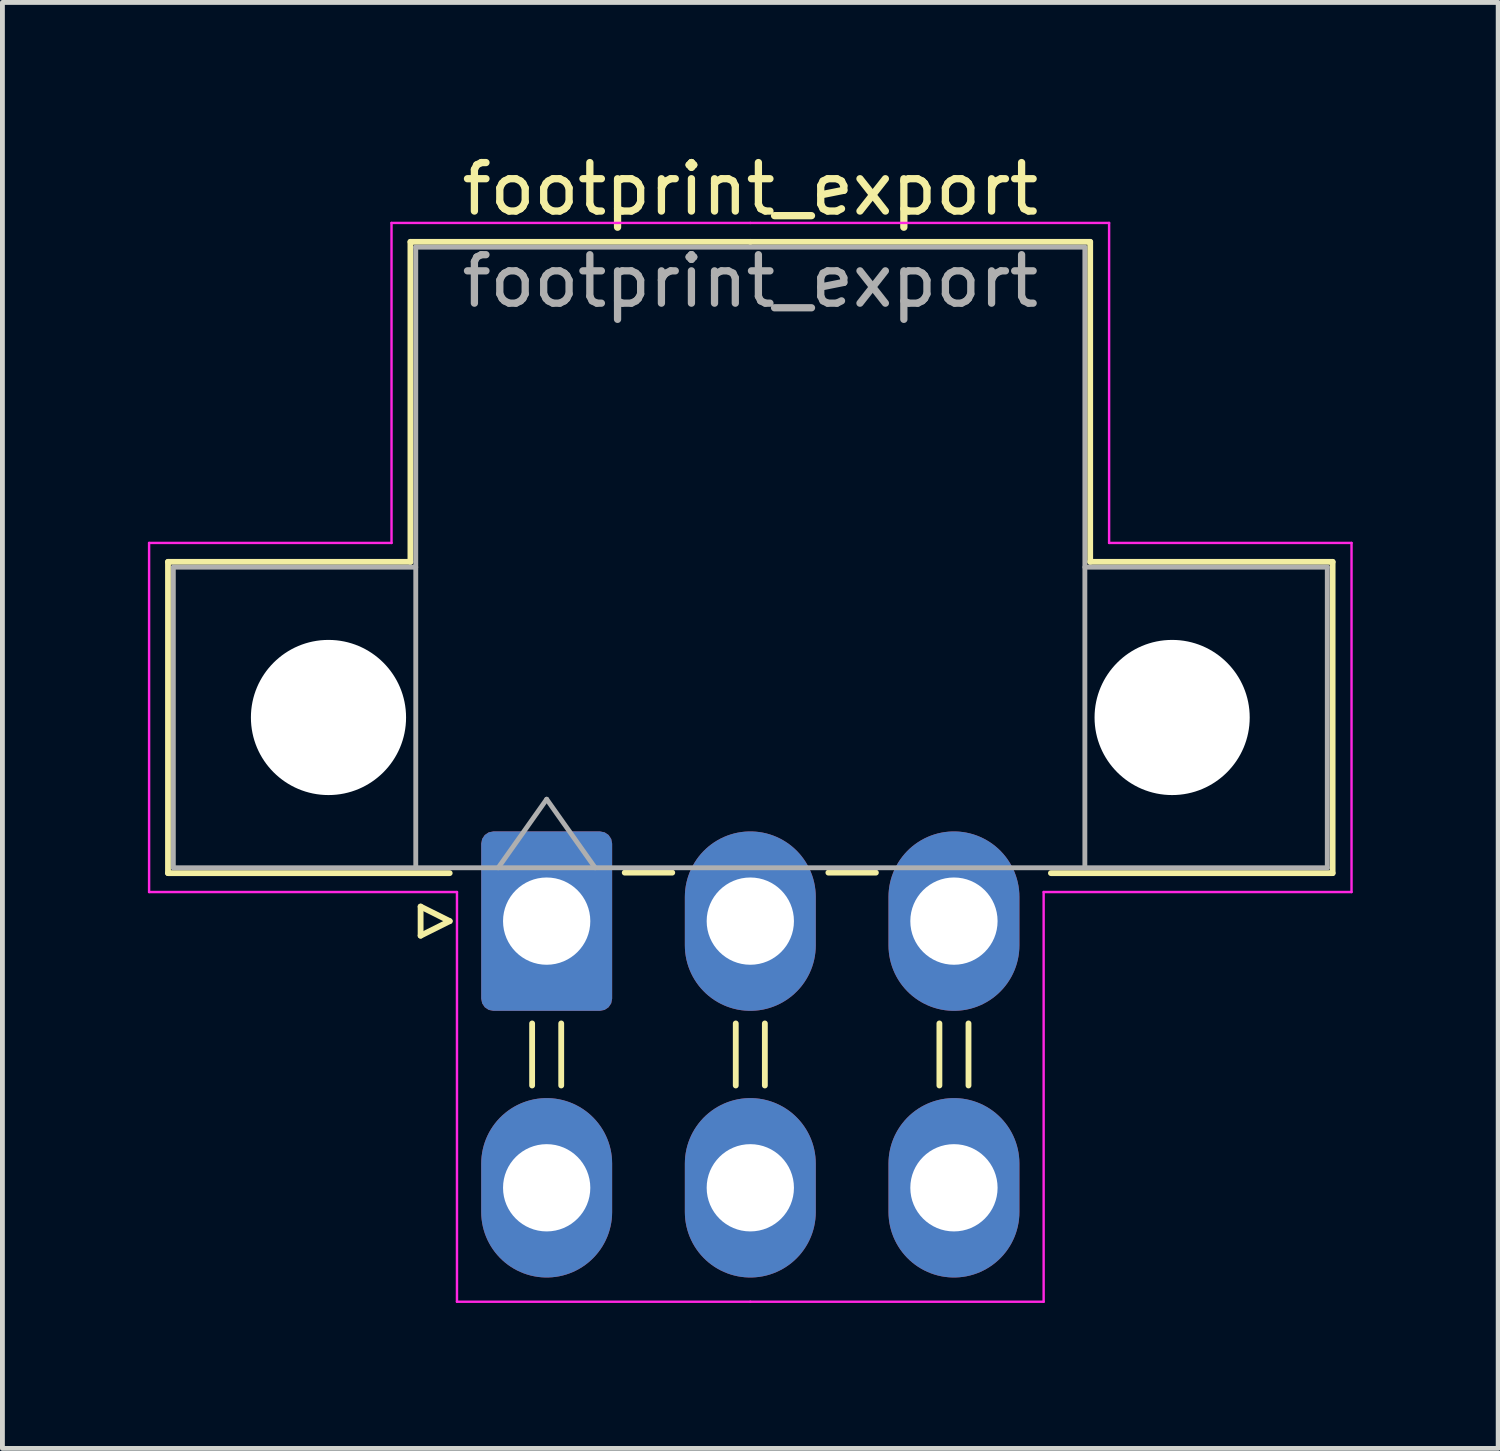
<source format=kicad_pcb>
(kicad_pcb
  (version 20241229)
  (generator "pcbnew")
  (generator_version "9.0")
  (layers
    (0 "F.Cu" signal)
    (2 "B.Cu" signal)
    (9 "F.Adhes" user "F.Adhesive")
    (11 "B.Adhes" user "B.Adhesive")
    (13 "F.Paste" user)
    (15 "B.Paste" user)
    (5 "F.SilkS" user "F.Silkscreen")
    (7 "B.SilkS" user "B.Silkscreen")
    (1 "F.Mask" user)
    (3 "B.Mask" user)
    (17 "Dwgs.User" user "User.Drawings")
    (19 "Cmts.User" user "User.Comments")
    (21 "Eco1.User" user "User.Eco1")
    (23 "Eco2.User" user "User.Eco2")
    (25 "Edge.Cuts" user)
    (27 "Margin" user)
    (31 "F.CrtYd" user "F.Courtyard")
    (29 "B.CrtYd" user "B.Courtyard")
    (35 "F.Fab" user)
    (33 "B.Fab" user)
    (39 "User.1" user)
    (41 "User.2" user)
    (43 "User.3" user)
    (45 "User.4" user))
  (footprint "footprint_export"
    (layer "F.Cu")
    (at 8.225 15.948)
    (property "Reference" "footprint_export" (at 4.2 -15.1 0) (layer "F.SilkS") (effects (font (size 1 1) (thickness 0.15))))
    (attr through_hole)
    (fp_line (start -7.81 -7.41) (end -7.81 -0.99) (stroke (width 0.12) (type solid)) (layer "F.SilkS"))
    (fp_line (start -7.81 -0.99) (end -2 -0.99) (stroke (width 0.12) (type solid)) (layer "F.SilkS"))
    (fp_line (start -2.81 -14.01) (end -2.81 -7.41) (stroke (width 0.12) (type solid)) (layer "F.SilkS"))
    (fp_line (start -2.81 -7.41) (end -7.81 -7.41) (stroke (width 0.12) (type solid)) (layer "F.SilkS"))
    (fp_line (start -2.6 -0.3) (end -2 0) (stroke (width 0.12) (type solid)) (layer "F.SilkS"))
    (fp_line (start -2.6 0.3) (end -2.6 -0.3) (stroke (width 0.12) (type solid)) (layer "F.SilkS"))
    (fp_line (start -2 0) (end -2.6 0.3) (stroke (width 0.12) (type solid)) (layer "F.SilkS"))
    (fp_line (start -0.3 2.11) (end -0.3 3.39) (stroke (width 0.12) (type solid)) (layer "F.SilkS"))
    (fp_line (start 0.3 2.11) (end 0.3 3.39) (stroke (width 0.12) (type solid)) (layer "F.SilkS"))
    (fp_line (start 1.61 -1) (end 2.59 -1) (stroke (width 0.12) (type solid)) (layer "F.SilkS"))
    (fp_line (start 3.9 2.11) (end 3.9 3.39) (stroke (width 0.12) (type solid)) (layer "F.SilkS"))
    (fp_line (start 4.2 -14.01) (end -2.81 -14.01) (stroke (width 0.12) (type solid)) (layer "F.SilkS"))
    (fp_line (start 4.2 -14.01) (end 11.21 -14.01) (stroke (width 0.12) (type solid)) (layer "F.SilkS"))
    (fp_line (start 4.5 2.11) (end 4.5 3.39) (stroke (width 0.12) (type solid)) (layer "F.SilkS"))
    (fp_line (start 5.81 -1) (end 6.79 -1) (stroke (width 0.12) (type solid)) (layer "F.SilkS"))
    (fp_line (start 8.1 2.11) (end 8.1 3.39) (stroke (width 0.12) (type solid)) (layer "F.SilkS"))
    (fp_line (start 8.7 2.11) (end 8.7 3.39) (stroke (width 0.12) (type solid)) (layer "F.SilkS"))
    (fp_line (start 11.21 -14.01) (end 11.21 -7.41) (stroke (width 0.12) (type solid)) (layer "F.SilkS"))
    (fp_line (start 11.21 -7.41) (end 16.21 -7.41) (stroke (width 0.12) (type solid)) (layer "F.SilkS"))
    (fp_line (start 16.21 -7.41) (end 16.21 -0.99) (stroke (width 0.12) (type solid)) (layer "F.SilkS"))
    (fp_line (start 16.21 -0.99) (end 10.4 -0.99) (stroke (width 0.12) (type solid)) (layer "F.SilkS"))
    (fp_line (start -8.2 -7.8) (end -8.2 -0.6) (stroke (width 0.05) (type solid)) (layer "F.CrtYd"))
    (fp_line (start -8.2 -0.6) (end -1.85 -0.6) (stroke (width 0.05) (type solid)) (layer "F.CrtYd"))
    (fp_line (start -3.2 -14.4) (end -3.2 -7.8) (stroke (width 0.05) (type solid)) (layer "F.CrtYd"))
    (fp_line (start -3.2 -7.8) (end -8.2 -7.8) (stroke (width 0.05) (type solid)) (layer "F.CrtYd"))
    (fp_line (start -1.85 -0.6) (end -1.85 7.85) (stroke (width 0.05) (type solid)) (layer "F.CrtYd"))
    (fp_line (start -1.85 7.85) (end 4.2 7.85) (stroke (width 0.05) (type solid)) (layer "F.CrtYd"))
    (fp_line (start 4.2 -14.4) (end -3.2 -14.4) (stroke (width 0.05) (type solid)) (layer "F.CrtYd"))
    (fp_line (start 4.2 -14.4) (end 11.6 -14.4) (stroke (width 0.05) (type solid)) (layer "F.CrtYd"))
    (fp_line (start 10.25 -0.6) (end 10.25 7.85) (stroke (width 0.05) (type solid)) (layer "F.CrtYd"))
    (fp_line (start 10.25 7.85) (end 4.2 7.85) (stroke (width 0.05) (type solid)) (layer "F.CrtYd"))
    (fp_line (start 11.6 -14.4) (end 11.6 -7.8) (stroke (width 0.05) (type solid)) (layer "F.CrtYd"))
    (fp_line (start 11.6 -7.8) (end 16.6 -7.8) (stroke (width 0.05) (type solid)) (layer "F.CrtYd"))
    (fp_line (start 16.6 -7.8) (end 16.6 -0.6) (stroke (width 0.05) (type solid)) (layer "F.CrtYd"))
    (fp_line (start 16.6 -0.6) (end 10.25 -0.6) (stroke (width 0.05) (type solid)) (layer "F.CrtYd"))
    (fp_line (start -7.7 -7.3) (end -7.7 -1.1) (stroke (width 0.1) (type solid)) (layer "F.Fab"))
    (fp_line (start -7.7 -1.1) (end -2.7 -1.1) (stroke (width 0.1) (type solid)) (layer "F.Fab"))
    (fp_line (start -2.7 -13.9) (end -2.7 -1.1) (stroke (width 0.1) (type solid)) (layer "F.Fab"))
    (fp_line (start -2.7 -7.3) (end -7.7 -7.3) (stroke (width 0.1) (type solid)) (layer "F.Fab"))
    (fp_line (start -2.7 -1.1) (end 11.1 -1.1) (stroke (width 0.1) (type solid)) (layer "F.Fab"))
    (fp_line (start -1 -1.1) (end 0 -2.514) (stroke (width 0.1) (type solid)) (layer "F.Fab"))
    (fp_line (start 0 -2.514) (end 1 -1.1) (stroke (width 0.1) (type solid)) (layer "F.Fab"))
    (fp_line (start 11.1 -13.9) (end -2.7 -13.9) (stroke (width 0.1) (type solid)) (layer "F.Fab"))
    (fp_line (start 11.1 -7.3) (end 16.1 -7.3) (stroke (width 0.1) (type solid)) (layer "F.Fab"))
    (fp_line (start 11.1 -1.1) (end 11.1 -13.9) (stroke (width 0.1) (type solid)) (layer "F.Fab"))
    (fp_line (start 16.1 -7.3) (end 16.1 -1.1) (stroke (width 0.1) (type solid)) (layer "F.Fab"))
    (fp_line (start 16.1 -1.1) (end 11.1 -1.1) (stroke (width 0.1) (type solid)) (layer "F.Fab"))
    (fp_text user "${REFERENCE}" (at 4.2 -13.2 0) (layer "F.Fab") (effects (font (size 1 1) (thickness 0.15))))
    (pad "" np_thru_hole circle (at -4.5 -4.2) (size 3.2 3.2) (drill 3.2) (layers "*.Cu" "*.Mask"))
    (pad "" np_thru_hole circle (at 12.9 -4.2) (size 3.2 3.2) (drill 3.2) (layers "*.Cu" "*.Mask"))
    (pad "1" thru_hole roundrect (at 0 0) (size 2.7 3.7) (drill 1.8) (layers "*.Cu" "*.Mask") (roundrect_rratio 0.093))
    (pad "2" thru_hole oval (at 4.2 0) (size 2.7 3.7) (drill 1.8) (layers "*.Cu" "*.Mask"))
    (pad "3" thru_hole oval (at 8.4 0) (size 2.7 3.7) (drill 1.8) (layers "*.Cu" "*.Mask"))
    (pad "4" thru_hole oval (at 0 5.5) (size 2.7 3.7) (drill 1.8) (layers "*.Cu" "*.Mask"))
    (pad "5" thru_hole oval (at 4.2 5.5) (size 2.7 3.7) (drill 1.8) (layers "*.Cu" "*.Mask"))
    (pad "6" thru_hole oval (at 8.4 5.5) (size 2.7 3.7) (drill 1.8) (layers "*.Cu" "*.Mask")))
  (gr_rect
    (start -3 -3)
    (end 27.85 26.823)
    (stroke (width 0.1) (type default))
    (fill no)
    (layer "Edge.Cuts")))
</source>
